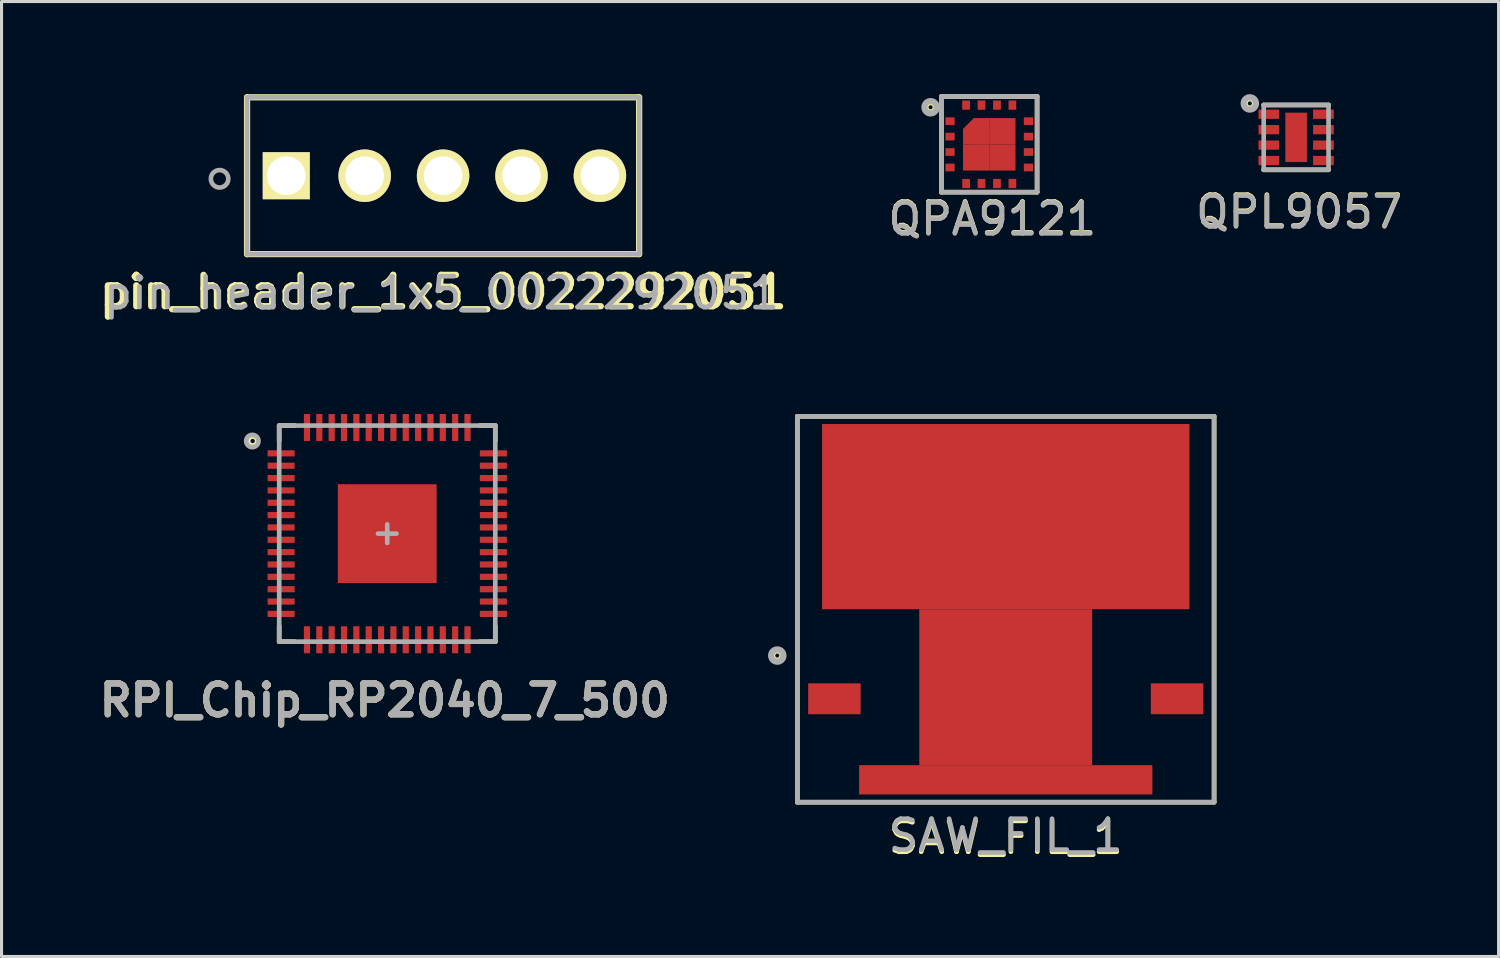
<source format=kicad_pcb>
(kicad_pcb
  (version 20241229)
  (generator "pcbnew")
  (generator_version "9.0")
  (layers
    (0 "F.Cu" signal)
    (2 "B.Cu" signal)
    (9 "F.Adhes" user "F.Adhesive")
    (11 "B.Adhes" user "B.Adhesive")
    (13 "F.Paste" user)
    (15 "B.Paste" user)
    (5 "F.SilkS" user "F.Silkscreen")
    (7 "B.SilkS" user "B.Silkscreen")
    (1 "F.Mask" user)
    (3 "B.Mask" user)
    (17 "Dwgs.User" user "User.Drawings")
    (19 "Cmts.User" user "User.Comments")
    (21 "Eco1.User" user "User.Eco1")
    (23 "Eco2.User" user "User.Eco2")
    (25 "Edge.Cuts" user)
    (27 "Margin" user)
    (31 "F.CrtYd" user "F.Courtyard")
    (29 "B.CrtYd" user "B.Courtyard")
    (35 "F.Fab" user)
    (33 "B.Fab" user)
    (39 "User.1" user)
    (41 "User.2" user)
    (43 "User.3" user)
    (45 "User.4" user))
  (footprint "QPA9121"
    (layer "F.Cu")
    (at 28.995 1.625)
    (property "Reference" "QPA9121" (at 0.1 2.4 0) (layer "F.SilkS") (effects (font (size 1 1) (thickness 0.15))))
    (attr smd)
    (fp_line (start -1.55 -1.55) (end -1.55 1.55) (stroke (width 0.15) (type solid)) (layer "F.SilkS"))
    (fp_line (start -1.55 -1.55) (end 1.55 -1.55) (stroke (width 0.15) (type solid)) (layer "F.SilkS"))
    (fp_line (start -1.55 1.55) (end 1.55 1.55) (stroke (width 0.15) (type solid)) (layer "F.SilkS"))
    (fp_line (start 1.55 -1.55) (end 1.55 1.55) (stroke (width 0.15) (type solid)) (layer "F.SilkS"))
    (fp_circle (center -1.9 -1.2) (end -2 -1.3) (stroke (width 0.15) (type solid)) (fill no) (layer "F.SilkS"))
    (fp_line (start -1.55 -1.55) (end 1.55 -1.55) (stroke (width 0.15) (type solid)) (layer "F.Fab"))
    (fp_line (start -1.55 1.55) (end -1.55 -1.55) (stroke (width 0.15) (type solid)) (layer "F.Fab"))
    (fp_line (start -1.55 1.55) (end 1.55 1.55) (stroke (width 0.15) (type solid)) (layer "F.Fab"))
    (fp_line (start 1.55 -1.55) (end 1.55 1.55) (stroke (width 0.15) (type solid)) (layer "F.Fab"))
    (fp_circle (center -1.9 -1.2) (end -1.9 -1.4) (stroke (width 0.2) (type solid)) (fill no) (layer "F.Fab"))
    (fp_text user "${REFERENCE}" (at 0.1 2.43 0) (layer "F.Fab") (effects (font (size 1 1) (thickness 0.15))))
    (pad "1" smd rect (at -1.27 -0.75) (size 0.3 0.25) (layers "F.Cu" "F.Mask" "F.Paste"))
    (pad "2" smd rect (at -1.27 -0.25) (size 0.3 0.25) (layers "F.Cu" "F.Mask" "F.Paste"))
    (pad "3" smd rect (at -1.27 0.25) (size 0.3 0.25) (layers "F.Cu" "F.Mask" "F.Paste"))
    (pad "4" smd rect (at -1.27 0.75) (size 0.3 0.25) (layers "F.Cu" "F.Mask" "F.Paste"))
    (pad "5" smd rect (at -0.75 1.27) (size 0.25 0.3) (layers "F.Cu" "F.Mask" "F.Paste"))
    (pad "6" smd rect (at -0.25 1.27) (size 0.25 0.3) (layers "F.Cu" "F.Mask" "F.Paste"))
    (pad "7" smd rect (at 0.25 1.27) (size 0.25 0.3) (layers "F.Cu" "F.Mask" "F.Paste"))
    (pad "8" smd rect (at 0.75 1.27) (size 0.25 0.3) (layers "F.Cu" "F.Mask" "F.Paste"))
    (pad "9" smd rect (at 1.27 0.75) (size 0.3 0.25) (layers "F.Cu" "F.Mask" "F.Paste"))
    (pad "10" smd rect (at 1.27 0.25) (size 0.3 0.25) (layers "F.Cu" "F.Mask" "F.Paste"))
    (pad "11" smd rect (at 1.27 -0.25) (size 0.3 0.25) (layers "F.Cu" "F.Mask" "F.Paste"))
    (pad "12" smd rect (at 1.27 -0.75) (size 0.3 0.25) (layers "F.Cu" "F.Mask" "F.Paste"))
    (pad "13" smd rect (at 0.75 -1.27) (size 0.25 0.3) (layers "F.Cu" "F.Mask" "F.Paste"))
    (pad "14" smd rect (at 0.25 -1.27) (size 0.25 0.3) (layers "F.Cu" "F.Mask" "F.Paste"))
    (pad "15" smd rect (at -0.25 -1.27) (size 0.25 0.3) (layers "F.Cu" "F.Mask" "F.Paste"))
    (pad "16" smd rect (at -0.75 -1.27) (size 0.25 0.3) (layers "F.Cu" "F.Mask" "F.Paste"))
    (pad "17" smd rect (at -0.5 -0.5 45) (size 0.495 0.495) (layers "F.Cu" "F.Mask" "F.Paste"))
    (pad "17" smd rect (at -0.425 -0.25) (size 0.85 0.5) (layers "F.Cu" "F.Mask" "F.Paste"))
    (pad "17" smd rect (at -0.425 0.425) (size 0.85 0.85) (layers "F.Cu" "F.Mask" "F.Paste"))
    (pad "17" smd rect (at -0.25 -0.425) (size 0.5 0.85) (layers "F.Cu" "F.Mask" "F.Paste"))
    (pad "17" smd rect (at 0.425 -0.425) (size 0.85 0.85) (layers "F.Cu" "F.Mask" "F.Paste"))
    (pad "17" smd rect (at 0.425 0.425) (size 0.85 0.85) (layers "F.Cu" "F.Mask" "F.Paste")))
  (footprint "QPL9057"
    (layer "F.Cu")
    (at 38.936 1.4)
    (property "Reference" "QPL9057" (at 0.1 2.4 0) (layer "F.SilkS") (effects (font (size 1 1) (thickness 0.15))))
    (attr smd)
    (fp_line (start -1.05 -1.05) (end 1.05 -1.05) (stroke (width 0.15) (type solid)) (layer "F.SilkS"))
    (fp_line (start -1.05 1.05) (end 1.05 1.05) (stroke (width 0.15) (type solid)) (layer "F.SilkS"))
    (fp_circle (center -1.5 -1.1) (end -1.6 -1.2) (stroke (width 0.15) (type solid)) (fill no) (layer "F.SilkS"))
    (fp_line (start -1.05 -1.05) (end -1.05 1.05) (stroke (width 0.15) (type solid)) (layer "F.Fab"))
    (fp_line (start -1.05 -1.05) (end 1.05 -1.05) (stroke (width 0.15) (type solid)) (layer "F.Fab"))
    (fp_line (start -1.05 1.05) (end 1.05 1.05) (stroke (width 0.15) (type solid)) (layer "F.Fab"))
    (fp_line (start 1.05 -1.05) (end 1.05 1.05) (stroke (width 0.15) (type solid)) (layer "F.Fab"))
    (fp_circle (center -1.5 -1.1) (end -1.5 -1.3) (stroke (width 0.2) (type solid)) (fill no) (layer "F.Fab"))
    (fp_text user "${REFERENCE}" (at 0.1 2.43 0) (layer "F.Fab") (effects (font (size 1 1) (thickness 0.15))))
    (pad "1" smd rect (at -0.885 -0.75) (size 0.67 0.3) (layers "F.Cu" "F.Mask" "F.Paste"))
    (pad "2" smd rect (at -0.885 -0.25) (size 0.67 0.3) (layers "F.Cu" "F.Mask" "F.Paste"))
    (pad "3" smd rect (at -0.885 0.25) (size 0.67 0.3) (layers "F.Cu" "F.Mask" "F.Paste"))
    (pad "4" smd rect (at -0.885 0.75) (size 0.67 0.3) (layers "F.Cu" "F.Mask" "F.Paste"))
    (pad "5" smd rect (at 0.885 0.75) (size 0.67 0.3) (layers "F.Cu" "F.Mask" "F.Paste"))
    (pad "6" smd rect (at 0.885 0.25) (size 0.67 0.3) (layers "F.Cu" "F.Mask" "F.Paste"))
    (pad "7" smd rect (at 0.885 -0.25) (size 0.67 0.3) (layers "F.Cu" "F.Mask" "F.Paste"))
    (pad "8" smd rect (at 0.885 -0.75) (size 0.67 0.3) (layers "F.Cu" "F.Mask" "F.Paste"))
    (pad "9" smd rect (at 0 0) (size 0.7 1.6) (layers "F.Cu" "F.Mask" "F.Paste")))
  (footprint "SAW_FIL_1"
    (layer "F.Cu")
    (at 29.529 16.686)
    (property "Reference" "SAW_FIL_1" (at 0 7.4 0) (layer "F.SilkS") (effects (font (size 1 1) (thickness 0.15))))
    (attr smd)
    (fp_line (start -6.75 -6.25) (end -6.75 6.25) (stroke (width 0.15) (type solid)) (layer "F.SilkS"))
    (fp_line (start -6.75 -6.25) (end 6.75 -6.25) (stroke (width 0.15) (type solid)) (layer "F.SilkS"))
    (fp_line (start -6.75 6.25) (end 6.75 6.25) (stroke (width 0.15) (type solid)) (layer "F.SilkS"))
    (fp_line (start 6.75 -6.25) (end 6.75 6.25) (stroke (width 0.15) (type solid)) (layer "F.SilkS"))
    (fp_circle (center -7.4 1.5) (end -7.5 1.4) (stroke (width 0.15) (type solid)) (fill no) (layer "F.SilkS"))
    (fp_line (start -6.75 -6.25) (end -6.75 6.25) (stroke (width 0.15) (type solid)) (layer "F.Fab"))
    (fp_line (start -6.75 -6.25) (end 6.75 -6.25) (stroke (width 0.15) (type solid)) (layer "F.Fab"))
    (fp_line (start -6.75 6.25) (end 6.75 6.25) (stroke (width 0.15) (type solid)) (layer "F.Fab"))
    (fp_line (start 6.75 -6.25) (end 6.75 6.25) (stroke (width 0.15) (type solid)) (layer "F.Fab"))
    (fp_circle (center -7.4 1.5) (end -7.4 1.3) (stroke (width 0.2) (type solid)) (fill no) (layer "F.Fab"))
    (fp_text user "${REFERENCE}" (at 0 7.33 0) (layer "F.Fab") (effects (font (size 1 1) (thickness 0.15))))
    (pad "1" smd rect (at -5.55 2.9) (size 1.7 1) (layers "F.Cu" "F.Mask" "F.Paste"))
    (pad "2" smd rect (at 5.55 2.9) (size 1.7 1) (layers "F.Cu" "F.Mask" "F.Paste"))
    (pad "3" smd rect (at 0 -3) (size 11.9 6) (layers "F.Cu" "F.Mask" "F.Paste"))
    (pad "3" smd rect (at 0 2.525) (size 5.6 5.05) (layers "F.Cu" "F.Mask" "F.Paste"))
    (pad "3" smd rect (at 0 5.525) (size 9.5 0.95) (layers "F.Cu" "F.Mask" "F.Paste")))
  (footprint "RPI_Chip_RP2040_7_500"
    (layer "F.Cu")
    (at 9.494 14.236)
    (property "Reference" "RPI_Chip_RP2040_7_500" (at -0.08 5.4 0) (layer "F.SilkS") (effects (font (size 1 1) (thickness 0.2))))
    (attr through_hole)
    (fp_line (start -3.5 -3.5) (end -3.5 -3) (stroke (width 0.15) (type solid)) (layer "F.SilkS"))
    (fp_line (start -3.5 -3.5) (end -3 -3.5) (stroke (width 0.15) (type solid)) (layer "F.SilkS"))
    (fp_line (start -3.5 3) (end -3.5 3.5) (stroke (width 0.15) (type solid)) (layer "F.SilkS"))
    (fp_line (start -3.5 3.5) (end -3 3.5) (stroke (width 0.15) (type solid)) (layer "F.SilkS"))
    (fp_line (start 3 -3.5) (end 3.5 -3.5) (stroke (width 0.15) (type solid)) (layer "F.SilkS"))
    (fp_line (start 3 3.5) (end 3.5 3.5) (stroke (width 0.15) (type solid)) (layer "F.SilkS"))
    (fp_line (start 3.5 -3.5) (end 3.5 -3) (stroke (width 0.15) (type solid)) (layer "F.SilkS"))
    (fp_line (start 3.5 3) (end 3.5 3.5) (stroke (width 0.15) (type solid)) (layer "F.SilkS"))
    (fp_circle (center -4.36 -3) (end -4.253 -2.9) (stroke (width 0.152) (type solid)) (fill no) (layer "F.SilkS"))
    (fp_line (start -3.5 -3.5) (end 3.5 -3.5) (stroke (width 0.15) (type solid)) (layer "F.Fab"))
    (fp_line (start -3.5 3.5) (end -3.5 -3.5) (stroke (width 0.15) (type solid)) (layer "F.Fab"))
    (fp_line (start -0.3 0) (end 0.3 0) (stroke (width 0.15) (type solid)) (layer "F.Fab"))
    (fp_line (start 0 -0.3) (end 0 0.3) (stroke (width 0.15) (type solid)) (layer "F.Fab"))
    (fp_line (start 3.5 3.5) (end -3.5 3.5) (stroke (width 0.15) (type solid)) (layer "F.Fab"))
    (fp_line (start 3.5 3.5) (end 3.5 -3.5) (stroke (width 0.15) (type solid)) (layer "F.Fab"))
    (fp_circle (center -4.37 -3) (end -4.17 -3) (stroke (width 0.15) (type solid)) (fill no) (layer "F.Fab"))
    (fp_text user "${REFERENCE}" (at -0.08 5.4 0) (layer "F.Fab") (effects (font (size 1 1) (thickness 0.2))))
    (pad "1" smd rect (at -3.438 -2.6) (size 0.875 0.2) (layers "F.Cu" "F.Mask" "F.Paste"))
    (pad "2" smd rect (at -3.438 -2.2) (size 0.875 0.2) (layers "F.Cu" "F.Mask" "F.Paste"))
    (pad "3" smd rect (at -3.438 -1.8) (size 0.875 0.2) (layers "F.Cu" "F.Mask" "F.Paste"))
    (pad "4" smd rect (at -3.438 -1.4) (size 0.875 0.2) (layers "F.Cu" "F.Mask" "F.Paste"))
    (pad "5" smd rect (at -3.438 -1) (size 0.875 0.2) (layers "F.Cu" "F.Mask" "F.Paste"))
    (pad "6" smd rect (at -3.438 -0.6) (size 0.875 0.2) (layers "F.Cu" "F.Mask" "F.Paste"))
    (pad "7" smd rect (at -3.438 -0.2) (size 0.875 0.2) (layers "F.Cu" "F.Mask" "F.Paste"))
    (pad "8" smd rect (at -3.438 0.2) (size 0.875 0.2) (layers "F.Cu" "F.Mask" "F.Paste"))
    (pad "9" smd rect (at -3.438 0.6) (size 0.875 0.2) (layers "F.Cu" "F.Mask" "F.Paste"))
    (pad "10" smd rect (at -3.438 1) (size 0.875 0.2) (layers "F.Cu" "F.Mask" "F.Paste"))
    (pad "11" smd rect (at -3.438 1.4) (size 0.875 0.2) (layers "F.Cu" "F.Mask" "F.Paste"))
    (pad "12" smd rect (at -3.438 1.8) (size 0.875 0.2) (layers "F.Cu" "F.Mask" "F.Paste"))
    (pad "13" smd rect (at -3.438 2.2) (size 0.875 0.2) (layers "F.Cu" "F.Mask" "F.Paste"))
    (pad "14" smd rect (at -3.438 2.6) (size 0.875 0.2) (layers "F.Cu" "F.Mask" "F.Paste"))
    (pad "15" smd rect (at -2.6 3.438 180) (size 0.2 0.875) (layers "F.Cu" "F.Mask" "F.Paste"))
    (pad "16" smd rect (at -2.2 3.438 180) (size 0.2 0.875) (layers "F.Cu" "F.Mask" "F.Paste"))
    (pad "17" smd rect (at -1.8 3.438 180) (size 0.2 0.875) (layers "F.Cu" "F.Mask" "F.Paste"))
    (pad "18" smd rect (at -1.4 3.438 180) (size 0.2 0.875) (layers "F.Cu" "F.Mask" "F.Paste"))
    (pad "19" smd rect (at -1 3.438 180) (size 0.2 0.875) (layers "F.Cu" "F.Mask" "F.Paste"))
    (pad "20" smd rect (at -0.6 3.438 180) (size 0.2 0.875) (layers "F.Cu" "F.Mask" "F.Paste"))
    (pad "21" smd rect (at -0.2 3.438 180) (size 0.2 0.875) (layers "F.Cu" "F.Mask" "F.Paste"))
    (pad "22" smd rect (at 0.2 3.438 180) (size 0.2 0.875) (layers "F.Cu" "F.Mask" "F.Paste"))
    (pad "23" smd rect (at 0.6 3.438 180) (size 0.2 0.875) (layers "F.Cu" "F.Mask" "F.Paste"))
    (pad "24" smd rect (at 1 3.438 180) (size 0.2 0.875) (layers "F.Cu" "F.Mask" "F.Paste"))
    (pad "25" smd rect (at 1.4 3.438 180) (size 0.2 0.875) (layers "F.Cu" "F.Mask" "F.Paste"))
    (pad "26" smd rect (at 1.8 3.438 180) (size 0.2 0.875) (layers "F.Cu" "F.Mask" "F.Paste"))
    (pad "27" smd rect (at 2.2 3.438 180) (size 0.2 0.875) (layers "F.Cu" "F.Mask" "F.Paste"))
    (pad "28" smd rect (at 2.6 3.438 180) (size 0.2 0.875) (layers "F.Cu" "F.Mask" "F.Paste"))
    (pad "29" smd rect (at 3.438 2.6) (size 0.875 0.2) (layers "F.Cu" "F.Mask" "F.Paste"))
    (pad "30" smd rect (at 3.438 2.2) (size 0.875 0.2) (layers "F.Cu" "F.Mask" "F.Paste"))
    (pad "31" smd rect (at 3.438 1.8) (size 0.875 0.2) (layers "F.Cu" "F.Mask" "F.Paste"))
    (pad "32" smd rect (at 3.438 1.4) (size 0.875 0.2) (layers "F.Cu" "F.Mask" "F.Paste"))
    (pad "33" smd rect (at 3.438 1) (size 0.875 0.2) (layers "F.Cu" "F.Mask" "F.Paste"))
    (pad "34" smd rect (at 3.438 0.6) (size 0.875 0.2) (layers "F.Cu" "F.Mask" "F.Paste"))
    (pad "35" smd rect (at 3.438 0.2) (size 0.875 0.2) (layers "F.Cu" "F.Mask" "F.Paste"))
    (pad "36" smd rect (at 3.438 -0.2) (size 0.875 0.2) (layers "F.Cu" "F.Mask" "F.Paste"))
    (pad "37" smd rect (at 3.438 -0.6) (size 0.875 0.2) (layers "F.Cu" "F.Mask" "F.Paste"))
    (pad "38" smd rect (at 3.438 -1) (size 0.875 0.2) (layers "F.Cu" "F.Mask" "F.Paste"))
    (pad "39" smd rect (at 3.438 -1.4) (size 0.875 0.2) (layers "F.Cu" "F.Mask" "F.Paste"))
    (pad "40" smd rect (at 3.438 -1.8) (size 0.875 0.2) (layers "F.Cu" "F.Mask" "F.Paste"))
    (pad "41" smd rect (at 3.438 -2.2) (size 0.875 0.2) (layers "F.Cu" "F.Mask" "F.Paste"))
    (pad "42" smd rect (at 3.438 -2.6) (size 0.875 0.2) (layers "F.Cu" "F.Mask" "F.Paste"))
    (pad "43" smd rect (at 2.6 -3.438 180) (size 0.2 0.875) (layers "F.Cu" "F.Mask" "F.Paste"))
    (pad "44" smd rect (at 2.2 -3.438 180) (size 0.2 0.875) (layers "F.Cu" "F.Mask" "F.Paste"))
    (pad "45" smd rect (at 1.8 -3.438 180) (size 0.2 0.875) (layers "F.Cu" "F.Mask" "F.Paste"))
    (pad "46" smd rect (at 1.4 -3.438 180) (size 0.2 0.875) (layers "F.Cu" "F.Mask" "F.Paste"))
    (pad "47" smd rect (at 1 -3.438 180) (size 0.2 0.875) (layers "F.Cu" "F.Mask" "F.Paste"))
    (pad "48" smd rect (at 0.6 -3.438 180) (size 0.2 0.875) (layers "F.Cu" "F.Mask" "F.Paste"))
    (pad "49" smd rect (at 0.2 -3.438 180) (size 0.2 0.875) (layers "F.Cu" "F.Mask" "F.Paste"))
    (pad "50" smd rect (at -0.2 -3.438 180) (size 0.2 0.875) (layers "F.Cu" "F.Mask" "F.Paste"))
    (pad "51" smd rect (at -0.6 -3.438 180) (size 0.2 0.875) (layers "F.Cu" "F.Mask" "F.Paste"))
    (pad "52" smd rect (at -1 -3.438 180) (size 0.2 0.875) (layers "F.Cu" "F.Mask" "F.Paste"))
    (pad "53" smd rect (at -1.4 -3.438 180) (size 0.2 0.875) (layers "F.Cu" "F.Mask" "F.Paste"))
    (pad "54" smd rect (at -1.8 -3.438 180) (size 0.2 0.875) (layers "F.Cu" "F.Mask" "F.Paste"))
    (pad "55" smd rect (at -2.2 -3.438 180) (size 0.2 0.875) (layers "F.Cu" "F.Mask" "F.Paste"))
    (pad "56" smd rect (at -2.6 -3.438 180) (size 0.2 0.875) (layers "F.Cu" "F.Mask" "F.Paste"))
    (pad "57" smd rect (at 0 0) (size 3.2 3.2) (layers "F.Cu" "F.Mask" "F.Paste")))
  (footprint "pin_header_1x5_0022292051"
    (layer "F.Cu")
    (at 11.303 2.642)
    (property "Reference" "pin_header_1x5_0022292051" (at 0.004 3.768 0) (layer "F.SilkS") (effects (font (size 1.016 1.016) (thickness 0.203))))
    (attr through_hole)
    (fp_line (start -6.35 2.54) (end -6.35 -2.54) (stroke (width 0.203) (type solid)) (layer "F.SilkS"))
    (fp_line (start -6.35 2.54) (end 6.35 2.54) (stroke (width 0.2) (type solid)) (layer "F.SilkS"))
    (fp_line (start 6.35 -2.54) (end -6.35 -2.54) (stroke (width 0.2) (type solid)) (layer "F.SilkS"))
    (fp_line (start 6.35 -2.54) (end 6.35 2.54) (stroke (width 0.203) (type solid)) (layer "F.SilkS"))
    (fp_circle (center -7.24 0.1) (end -7.04 -0.1) (stroke (width 0.15) (type solid)) (fill no) (layer "B.Paste"))
    (fp_line (start -6.35 -2.54) (end 6.35 -2.54) (stroke (width 0.15) (type solid)) (layer "F.Fab"))
    (fp_line (start -6.35 2.54) (end -6.35 -2.54) (stroke (width 0.15) (type solid)) (layer "F.Fab"))
    (fp_line (start -0.4 0) (end 0.4 0) (stroke (width 0.15) (type solid)) (layer "F.Fab"))
    (fp_line (start 0 -0.4) (end 0 0.4) (stroke (width 0.15) (type solid)) (layer "F.Fab"))
    (fp_line (start 6.35 -2.54) (end 6.35 2.54) (stroke (width 0.15) (type solid)) (layer "F.Fab"))
    (fp_line (start 6.35 2.54) (end -6.35 2.54) (stroke (width 0.15) (type solid)) (layer "F.Fab"))
    (fp_circle (center -7.24 0.1) (end -7.04 -0.1) (stroke (width 0.15) (type solid)) (fill no) (layer "F.Fab"))
    (fp_text user "${REFERENCE}" (at -0.05 3.8 0) (layer "F.Fab") (effects (font (size 1 1) (thickness 0.15))))
    (pad "1" thru_hole rect (at -5.08 0) (size 1.524 1.524) (drill 1.25) (layers "*.Cu" "*.Mask" "F.SilkS"))
    (pad "2" thru_hole circle (at -2.54 0) (size 1.7 1.7) (drill 1.25) (layers "*.Cu" "*.Mask" "F.SilkS"))
    (pad "3" thru_hole circle (at 0 0) (size 1.7 1.7) (drill 1.25) (layers "*.Cu" "*.Mask" "F.SilkS"))
    (pad "4" thru_hole circle (at 2.54 0) (size 1.7 1.7) (drill 1.25) (layers "*.Cu" "*.Mask" "F.SilkS"))
    (pad "5" thru_hole circle (at 5.08 0) (size 1.7 1.7) (drill 1.25) (layers "*.Cu" "*.Mask" "F.SilkS")))
  (gr_rect
    (start -3 -3)
    (end 45.494 27.934)
    (stroke (width 0.1) (type default))
    (fill no)
    (layer "Edge.Cuts")))
</source>
